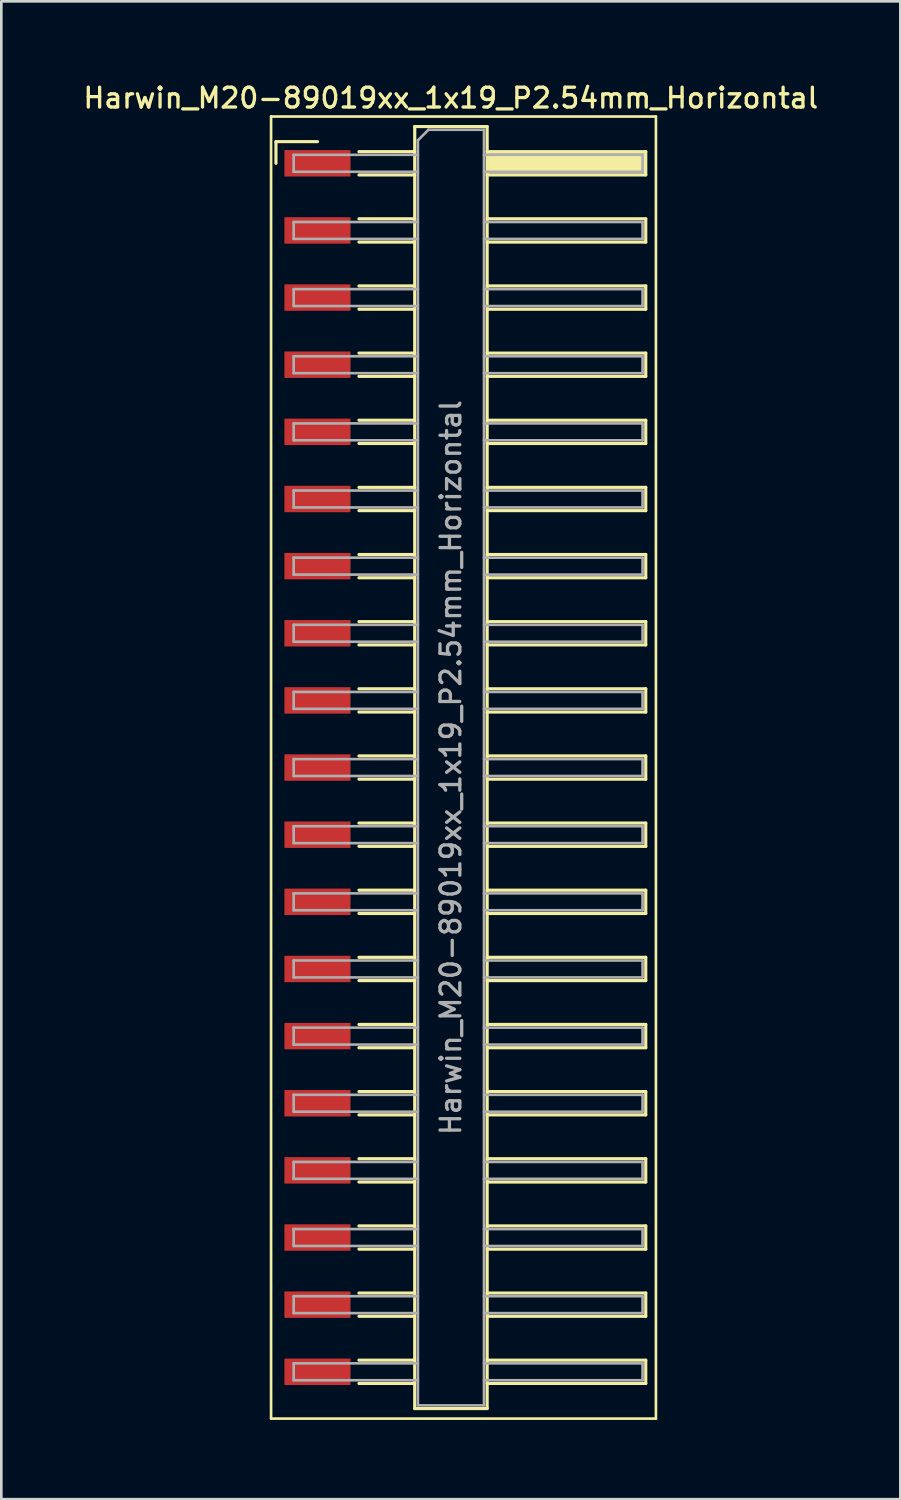
<source format=kicad_pcb>
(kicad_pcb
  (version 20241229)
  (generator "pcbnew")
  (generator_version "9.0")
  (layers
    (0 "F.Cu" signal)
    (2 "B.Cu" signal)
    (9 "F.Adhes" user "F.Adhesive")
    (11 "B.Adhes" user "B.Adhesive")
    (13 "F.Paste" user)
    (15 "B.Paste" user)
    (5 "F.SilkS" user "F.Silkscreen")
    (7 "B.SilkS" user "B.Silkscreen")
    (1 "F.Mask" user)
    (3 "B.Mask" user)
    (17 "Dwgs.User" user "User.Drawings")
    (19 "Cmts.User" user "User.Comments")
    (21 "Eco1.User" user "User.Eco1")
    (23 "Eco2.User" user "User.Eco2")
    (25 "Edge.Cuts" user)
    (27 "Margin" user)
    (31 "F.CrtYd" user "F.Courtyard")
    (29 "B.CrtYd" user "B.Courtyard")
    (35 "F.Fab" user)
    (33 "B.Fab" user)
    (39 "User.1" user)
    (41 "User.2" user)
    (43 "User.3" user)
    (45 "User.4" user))
  (footprint "Harwin_M20-89019xx_1x19_P2.54mm_Horizontal"
    (layer "F.Cu")
    (at 14.485 25.988)
    (property "Reference" "Harwin_M20-89019xx_1x19_P2.54mm_Horizontal" (at -0.48 -25.33 0) (layer "F.SilkS") (effects (font (size 0.75 0.75) (thickness 0.125))))
    (attr smd)
    (fp_line (start -7.28 -24.63) (end 7.28 -24.63) (stroke (width 0.1) (type solid)) (layer "F.SilkS"))
    (fp_line (start -7.28 24.63) (end -7.28 -24.63) (stroke (width 0.1) (type solid)) (layer "F.SilkS"))
    (fp_line (start -7.095 -23.68) (end -5.525 -23.68) (stroke (width 0.12) (type solid)) (layer "F.SilkS"))
    (fp_line (start -7.095 -22.86) (end -7.095 -23.68) (stroke (width 0.12) (type solid)) (layer "F.SilkS"))
    (fp_line (start -3.955 -23.3) (end -1.845 -23.3) (stroke (width 0.12) (type solid)) (layer "F.SilkS"))
    (fp_line (start -3.955 -22.42) (end -1.845 -22.42) (stroke (width 0.12) (type solid)) (layer "F.SilkS"))
    (fp_line (start -3.955 -20.76) (end -1.845 -20.76) (stroke (width 0.12) (type solid)) (layer "F.SilkS"))
    (fp_line (start -3.955 -19.88) (end -1.845 -19.88) (stroke (width 0.12) (type solid)) (layer "F.SilkS"))
    (fp_line (start -3.955 -18.22) (end -1.845 -18.22) (stroke (width 0.12) (type solid)) (layer "F.SilkS"))
    (fp_line (start -3.955 -17.34) (end -1.845 -17.34) (stroke (width 0.12) (type solid)) (layer "F.SilkS"))
    (fp_line (start -3.955 -15.68) (end -1.845 -15.68) (stroke (width 0.12) (type solid)) (layer "F.SilkS"))
    (fp_line (start -3.955 -14.8) (end -1.845 -14.8) (stroke (width 0.12) (type solid)) (layer "F.SilkS"))
    (fp_line (start -3.955 -13.14) (end -1.845 -13.14) (stroke (width 0.12) (type solid)) (layer "F.SilkS"))
    (fp_line (start -3.955 -12.26) (end -1.845 -12.26) (stroke (width 0.12) (type solid)) (layer "F.SilkS"))
    (fp_line (start -3.955 -10.6) (end -1.845 -10.6) (stroke (width 0.12) (type solid)) (layer "F.SilkS"))
    (fp_line (start -3.955 -9.72) (end -1.845 -9.72) (stroke (width 0.12) (type solid)) (layer "F.SilkS"))
    (fp_line (start -3.955 -8.06) (end -1.845 -8.06) (stroke (width 0.12) (type solid)) (layer "F.SilkS"))
    (fp_line (start -3.955 -7.18) (end -1.845 -7.18) (stroke (width 0.12) (type solid)) (layer "F.SilkS"))
    (fp_line (start -3.955 -5.52) (end -1.845 -5.52) (stroke (width 0.12) (type solid)) (layer "F.SilkS"))
    (fp_line (start -3.955 -4.64) (end -1.845 -4.64) (stroke (width 0.12) (type solid)) (layer "F.SilkS"))
    (fp_line (start -3.955 -2.98) (end -1.845 -2.98) (stroke (width 0.12) (type solid)) (layer "F.SilkS"))
    (fp_line (start -3.955 -2.1) (end -1.845 -2.1) (stroke (width 0.12) (type solid)) (layer "F.SilkS"))
    (fp_line (start -3.955 -0.44) (end -1.845 -0.44) (stroke (width 0.12) (type solid)) (layer "F.SilkS"))
    (fp_line (start -3.955 0.44) (end -1.845 0.44) (stroke (width 0.12) (type solid)) (layer "F.SilkS"))
    (fp_line (start -3.955 2.1) (end -1.845 2.1) (stroke (width 0.12) (type solid)) (layer "F.SilkS"))
    (fp_line (start -3.955 2.98) (end -1.845 2.98) (stroke (width 0.12) (type solid)) (layer "F.SilkS"))
    (fp_line (start -3.955 4.64) (end -1.845 4.64) (stroke (width 0.12) (type solid)) (layer "F.SilkS"))
    (fp_line (start -3.955 5.52) (end -1.845 5.52) (stroke (width 0.12) (type solid)) (layer "F.SilkS"))
    (fp_line (start -3.955 7.18) (end -1.845 7.18) (stroke (width 0.12) (type solid)) (layer "F.SilkS"))
    (fp_line (start -3.955 8.06) (end -1.845 8.06) (stroke (width 0.12) (type solid)) (layer "F.SilkS"))
    (fp_line (start -3.955 9.72) (end -1.845 9.72) (stroke (width 0.12) (type solid)) (layer "F.SilkS"))
    (fp_line (start -3.955 10.6) (end -1.845 10.6) (stroke (width 0.12) (type solid)) (layer "F.SilkS"))
    (fp_line (start -3.955 12.26) (end -1.845 12.26) (stroke (width 0.12) (type solid)) (layer "F.SilkS"))
    (fp_line (start -3.955 13.14) (end -1.845 13.14) (stroke (width 0.12) (type solid)) (layer "F.SilkS"))
    (fp_line (start -3.955 14.8) (end -1.845 14.8) (stroke (width 0.12) (type solid)) (layer "F.SilkS"))
    (fp_line (start -3.955 15.68) (end -1.845 15.68) (stroke (width 0.12) (type solid)) (layer "F.SilkS"))
    (fp_line (start -3.955 17.34) (end -1.845 17.34) (stroke (width 0.12) (type solid)) (layer "F.SilkS"))
    (fp_line (start -3.955 18.22) (end -1.845 18.22) (stroke (width 0.12) (type solid)) (layer "F.SilkS"))
    (fp_line (start -3.955 19.88) (end -1.845 19.88) (stroke (width 0.12) (type solid)) (layer "F.SilkS"))
    (fp_line (start -3.955 20.76) (end -1.845 20.76) (stroke (width 0.12) (type solid)) (layer "F.SilkS"))
    (fp_line (start -3.955 22.42) (end -1.845 22.42) (stroke (width 0.12) (type solid)) (layer "F.SilkS"))
    (fp_line (start -3.955 23.3) (end -1.845 23.3) (stroke (width 0.12) (type solid)) (layer "F.SilkS"))
    (fp_line (start -1.845 -24.25) (end 0.895 -24.25) (stroke (width 0.12) (type solid)) (layer "F.SilkS"))
    (fp_line (start -1.845 24.25) (end -1.845 -24.25) (stroke (width 0.12) (type solid)) (layer "F.SilkS"))
    (fp_line (start 0.895 -24.25) (end 0.895 24.25) (stroke (width 0.12) (type solid)) (layer "F.SilkS"))
    (fp_line (start 0.895 -23.3) (end 6.895 -23.3) (stroke (width 0.12) (type solid)) (layer "F.SilkS"))
    (fp_line (start 0.895 -20.76) (end 6.895 -20.76) (stroke (width 0.12) (type solid)) (layer "F.SilkS"))
    (fp_line (start 0.895 -18.22) (end 6.895 -18.22) (stroke (width 0.12) (type solid)) (layer "F.SilkS"))
    (fp_line (start 0.895 -15.68) (end 6.895 -15.68) (stroke (width 0.12) (type solid)) (layer "F.SilkS"))
    (fp_line (start 0.895 -13.14) (end 6.895 -13.14) (stroke (width 0.12) (type solid)) (layer "F.SilkS"))
    (fp_line (start 0.895 -10.6) (end 6.895 -10.6) (stroke (width 0.12) (type solid)) (layer "F.SilkS"))
    (fp_line (start 0.895 -8.06) (end 6.895 -8.06) (stroke (width 0.12) (type solid)) (layer "F.SilkS"))
    (fp_line (start 0.895 -5.52) (end 6.895 -5.52) (stroke (width 0.12) (type solid)) (layer "F.SilkS"))
    (fp_line (start 0.895 -2.98) (end 6.895 -2.98) (stroke (width 0.12) (type solid)) (layer "F.SilkS"))
    (fp_line (start 0.895 -0.44) (end 6.895 -0.44) (stroke (width 0.12) (type solid)) (layer "F.SilkS"))
    (fp_line (start 0.895 2.1) (end 6.895 2.1) (stroke (width 0.12) (type solid)) (layer "F.SilkS"))
    (fp_line (start 0.895 4.64) (end 6.895 4.64) (stroke (width 0.12) (type solid)) (layer "F.SilkS"))
    (fp_line (start 0.895 7.18) (end 6.895 7.18) (stroke (width 0.12) (type solid)) (layer "F.SilkS"))
    (fp_line (start 0.895 9.72) (end 6.895 9.72) (stroke (width 0.12) (type solid)) (layer "F.SilkS"))
    (fp_line (start 0.895 12.26) (end 6.895 12.26) (stroke (width 0.12) (type solid)) (layer "F.SilkS"))
    (fp_line (start 0.895 14.8) (end 6.895 14.8) (stroke (width 0.12) (type solid)) (layer "F.SilkS"))
    (fp_line (start 0.895 17.34) (end 6.895 17.34) (stroke (width 0.12) (type solid)) (layer "F.SilkS"))
    (fp_line (start 0.895 19.88) (end 6.895 19.88) (stroke (width 0.12) (type solid)) (layer "F.SilkS"))
    (fp_line (start 0.895 22.42) (end 6.895 22.42) (stroke (width 0.12) (type solid)) (layer "F.SilkS"))
    (fp_line (start 0.895 24.25) (end -1.845 24.25) (stroke (width 0.12) (type solid)) (layer "F.SilkS"))
    (fp_line (start 6.895 -23.3) (end 6.895 -22.42) (stroke (width 0.12) (type solid)) (layer "F.SilkS"))
    (fp_line (start 6.895 -22.42) (end 0.895 -22.42) (stroke (width 0.12) (type solid)) (layer "F.SilkS"))
    (fp_line (start 6.895 -20.76) (end 6.895 -19.88) (stroke (width 0.12) (type solid)) (layer "F.SilkS"))
    (fp_line (start 6.895 -19.88) (end 0.895 -19.88) (stroke (width 0.12) (type solid)) (layer "F.SilkS"))
    (fp_line (start 6.895 -18.22) (end 6.895 -17.34) (stroke (width 0.12) (type solid)) (layer "F.SilkS"))
    (fp_line (start 6.895 -17.34) (end 0.895 -17.34) (stroke (width 0.12) (type solid)) (layer "F.SilkS"))
    (fp_line (start 6.895 -15.68) (end 6.895 -14.8) (stroke (width 0.12) (type solid)) (layer "F.SilkS"))
    (fp_line (start 6.895 -14.8) (end 0.895 -14.8) (stroke (width 0.12) (type solid)) (layer "F.SilkS"))
    (fp_line (start 6.895 -13.14) (end 6.895 -12.26) (stroke (width 0.12) (type solid)) (layer "F.SilkS"))
    (fp_line (start 6.895 -12.26) (end 0.895 -12.26) (stroke (width 0.12) (type solid)) (layer "F.SilkS"))
    (fp_line (start 6.895 -10.6) (end 6.895 -9.72) (stroke (width 0.12) (type solid)) (layer "F.SilkS"))
    (fp_line (start 6.895 -9.72) (end 0.895 -9.72) (stroke (width 0.12) (type solid)) (layer "F.SilkS"))
    (fp_line (start 6.895 -8.06) (end 6.895 -7.18) (stroke (width 0.12) (type solid)) (layer "F.SilkS"))
    (fp_line (start 6.895 -7.18) (end 0.895 -7.18) (stroke (width 0.12) (type solid)) (layer "F.SilkS"))
    (fp_line (start 6.895 -5.52) (end 6.895 -4.64) (stroke (width 0.12) (type solid)) (layer "F.SilkS"))
    (fp_line (start 6.895 -4.64) (end 0.895 -4.64) (stroke (width 0.12) (type solid)) (layer "F.SilkS"))
    (fp_line (start 6.895 -2.98) (end 6.895 -2.1) (stroke (width 0.12) (type solid)) (layer "F.SilkS"))
    (fp_line (start 6.895 -2.1) (end 0.895 -2.1) (stroke (width 0.12) (type solid)) (layer "F.SilkS"))
    (fp_line (start 6.895 -0.44) (end 6.895 0.44) (stroke (width 0.12) (type solid)) (layer "F.SilkS"))
    (fp_line (start 6.895 0.44) (end 0.895 0.44) (stroke (width 0.12) (type solid)) (layer "F.SilkS"))
    (fp_line (start 6.895 2.1) (end 6.895 2.98) (stroke (width 0.12) (type solid)) (layer "F.SilkS"))
    (fp_line (start 6.895 2.98) (end 0.895 2.98) (stroke (width 0.12) (type solid)) (layer "F.SilkS"))
    (fp_line (start 6.895 4.64) (end 6.895 5.52) (stroke (width 0.12) (type solid)) (layer "F.SilkS"))
    (fp_line (start 6.895 5.52) (end 0.895 5.52) (stroke (width 0.12) (type solid)) (layer "F.SilkS"))
    (fp_line (start 6.895 7.18) (end 6.895 8.06) (stroke (width 0.12) (type solid)) (layer "F.SilkS"))
    (fp_line (start 6.895 8.06) (end 0.895 8.06) (stroke (width 0.12) (type solid)) (layer "F.SilkS"))
    (fp_line (start 6.895 9.72) (end 6.895 10.6) (stroke (width 0.12) (type solid)) (layer "F.SilkS"))
    (fp_line (start 6.895 10.6) (end 0.895 10.6) (stroke (width 0.12) (type solid)) (layer "F.SilkS"))
    (fp_line (start 6.895 12.26) (end 6.895 13.14) (stroke (width 0.12) (type solid)) (layer "F.SilkS"))
    (fp_line (start 6.895 13.14) (end 0.895 13.14) (stroke (width 0.12) (type solid)) (layer "F.SilkS"))
    (fp_line (start 6.895 14.8) (end 6.895 15.68) (stroke (width 0.12) (type solid)) (layer "F.SilkS"))
    (fp_line (start 6.895 15.68) (end 0.895 15.68) (stroke (width 0.12) (type solid)) (layer "F.SilkS"))
    (fp_line (start 6.895 17.34) (end 6.895 18.22) (stroke (width 0.12) (type solid)) (layer "F.SilkS"))
    (fp_line (start 6.895 18.22) (end 0.895 18.22) (stroke (width 0.12) (type solid)) (layer "F.SilkS"))
    (fp_line (start 6.895 19.88) (end 6.895 20.76) (stroke (width 0.12) (type solid)) (layer "F.SilkS"))
    (fp_line (start 6.895 20.76) (end 0.895 20.76) (stroke (width 0.12) (type solid)) (layer "F.SilkS"))
    (fp_line (start 6.895 22.42) (end 6.895 23.3) (stroke (width 0.12) (type solid)) (layer "F.SilkS"))
    (fp_line (start 6.895 23.3) (end 0.895 23.3) (stroke (width 0.12) (type solid)) (layer "F.SilkS"))
    (fp_line (start 7.28 -24.63) (end 7.28 24.63) (stroke (width 0.1) (type solid)) (layer "F.SilkS"))
    (fp_line (start 7.28 24.63) (end -7.28 24.63) (stroke (width 0.1) (type solid)) (layer "F.SilkS"))
    (fp_line (start -6.425 -23.18) (end -6.425 -22.54) (stroke (width 0.1) (type solid)) (layer "F.Fab"))
    (fp_line (start -6.425 -22.54) (end -1.725 -22.54) (stroke (width 0.1) (type solid)) (layer "F.Fab"))
    (fp_line (start -6.425 -20.64) (end -6.425 -20) (stroke (width 0.1) (type solid)) (layer "F.Fab"))
    (fp_line (start -6.425 -20) (end -1.725 -20) (stroke (width 0.1) (type solid)) (layer "F.Fab"))
    (fp_line (start -6.425 -18.1) (end -6.425 -17.46) (stroke (width 0.1) (type solid)) (layer "F.Fab"))
    (fp_line (start -6.425 -17.46) (end -1.725 -17.46) (stroke (width 0.1) (type solid)) (layer "F.Fab"))
    (fp_line (start -6.425 -15.56) (end -6.425 -14.92) (stroke (width 0.1) (type solid)) (layer "F.Fab"))
    (fp_line (start -6.425 -14.92) (end -1.725 -14.92) (stroke (width 0.1) (type solid)) (layer "F.Fab"))
    (fp_line (start -6.425 -13.02) (end -6.425 -12.38) (stroke (width 0.1) (type solid)) (layer "F.Fab"))
    (fp_line (start -6.425 -12.38) (end -1.725 -12.38) (stroke (width 0.1) (type solid)) (layer "F.Fab"))
    (fp_line (start -6.425 -10.48) (end -6.425 -9.84) (stroke (width 0.1) (type solid)) (layer "F.Fab"))
    (fp_line (start -6.425 -9.84) (end -1.725 -9.84) (stroke (width 0.1) (type solid)) (layer "F.Fab"))
    (fp_line (start -6.425 -7.94) (end -6.425 -7.3) (stroke (width 0.1) (type solid)) (layer "F.Fab"))
    (fp_line (start -6.425 -7.3) (end -1.725 -7.3) (stroke (width 0.1) (type solid)) (layer "F.Fab"))
    (fp_line (start -6.425 -5.4) (end -6.425 -4.76) (stroke (width 0.1) (type solid)) (layer "F.Fab"))
    (fp_line (start -6.425 -4.76) (end -1.725 -4.76) (stroke (width 0.1) (type solid)) (layer "F.Fab"))
    (fp_line (start -6.425 -2.86) (end -6.425 -2.22) (stroke (width 0.1) (type solid)) (layer "F.Fab"))
    (fp_line (start -6.425 -2.22) (end -1.725 -2.22) (stroke (width 0.1) (type solid)) (layer "F.Fab"))
    (fp_line (start -6.425 -0.32) (end -6.425 0.32) (stroke (width 0.1) (type solid)) (layer "F.Fab"))
    (fp_line (start -6.425 0.32) (end -1.725 0.32) (stroke (width 0.1) (type solid)) (layer "F.Fab"))
    (fp_line (start -6.425 2.22) (end -6.425 2.86) (stroke (width 0.1) (type solid)) (layer "F.Fab"))
    (fp_line (start -6.425 2.86) (end -1.725 2.86) (stroke (width 0.1) (type solid)) (layer "F.Fab"))
    (fp_line (start -6.425 4.76) (end -6.425 5.4) (stroke (width 0.1) (type solid)) (layer "F.Fab"))
    (fp_line (start -6.425 5.4) (end -1.725 5.4) (stroke (width 0.1) (type solid)) (layer "F.Fab"))
    (fp_line (start -6.425 7.3) (end -6.425 7.94) (stroke (width 0.1) (type solid)) (layer "F.Fab"))
    (fp_line (start -6.425 7.94) (end -1.725 7.94) (stroke (width 0.1) (type solid)) (layer "F.Fab"))
    (fp_line (start -6.425 9.84) (end -6.425 10.48) (stroke (width 0.1) (type solid)) (layer "F.Fab"))
    (fp_line (start -6.425 10.48) (end -1.725 10.48) (stroke (width 0.1) (type solid)) (layer "F.Fab"))
    (fp_line (start -6.425 12.38) (end -6.425 13.02) (stroke (width 0.1) (type solid)) (layer "F.Fab"))
    (fp_line (start -6.425 13.02) (end -1.725 13.02) (stroke (width 0.1) (type solid)) (layer "F.Fab"))
    (fp_line (start -6.425 14.92) (end -6.425 15.56) (stroke (width 0.1) (type solid)) (layer "F.Fab"))
    (fp_line (start -6.425 15.56) (end -1.725 15.56) (stroke (width 0.1) (type solid)) (layer "F.Fab"))
    (fp_line (start -6.425 17.46) (end -6.425 18.1) (stroke (width 0.1) (type solid)) (layer "F.Fab"))
    (fp_line (start -6.425 18.1) (end -1.725 18.1) (stroke (width 0.1) (type solid)) (layer "F.Fab"))
    (fp_line (start -6.425 20) (end -6.425 20.64) (stroke (width 0.1) (type solid)) (layer "F.Fab"))
    (fp_line (start -6.425 20.64) (end -1.725 20.64) (stroke (width 0.1) (type solid)) (layer "F.Fab"))
    (fp_line (start -6.425 22.54) (end -6.425 23.18) (stroke (width 0.1) (type solid)) (layer "F.Fab"))
    (fp_line (start -6.425 23.18) (end -1.725 23.18) (stroke (width 0.1) (type solid)) (layer "F.Fab"))
    (fp_line (start -1.725 -23.73) (end -1.325 -24.13) (stroke (width 0.1) (type solid)) (layer "F.Fab"))
    (fp_line (start -1.725 -23.18) (end -6.425 -23.18) (stroke (width 0.1) (type solid)) (layer "F.Fab"))
    (fp_line (start -1.725 -20.64) (end -6.425 -20.64) (stroke (width 0.1) (type solid)) (layer "F.Fab"))
    (fp_line (start -1.725 -18.1) (end -6.425 -18.1) (stroke (width 0.1) (type solid)) (layer "F.Fab"))
    (fp_line (start -1.725 -15.56) (end -6.425 -15.56) (stroke (width 0.1) (type solid)) (layer "F.Fab"))
    (fp_line (start -1.725 -13.02) (end -6.425 -13.02) (stroke (width 0.1) (type solid)) (layer "F.Fab"))
    (fp_line (start -1.725 -10.48) (end -6.425 -10.48) (stroke (width 0.1) (type solid)) (layer "F.Fab"))
    (fp_line (start -1.725 -7.94) (end -6.425 -7.94) (stroke (width 0.1) (type solid)) (layer "F.Fab"))
    (fp_line (start -1.725 -5.4) (end -6.425 -5.4) (stroke (width 0.1) (type solid)) (layer "F.Fab"))
    (fp_line (start -1.725 -2.86) (end -6.425 -2.86) (stroke (width 0.1) (type solid)) (layer "F.Fab"))
    (fp_line (start -1.725 -0.32) (end -6.425 -0.32) (stroke (width 0.1) (type solid)) (layer "F.Fab"))
    (fp_line (start -1.725 2.22) (end -6.425 2.22) (stroke (width 0.1) (type solid)) (layer "F.Fab"))
    (fp_line (start -1.725 4.76) (end -6.425 4.76) (stroke (width 0.1) (type solid)) (layer "F.Fab"))
    (fp_line (start -1.725 7.3) (end -6.425 7.3) (stroke (width 0.1) (type solid)) (layer "F.Fab"))
    (fp_line (start -1.725 9.84) (end -6.425 9.84) (stroke (width 0.1) (type solid)) (layer "F.Fab"))
    (fp_line (start -1.725 12.38) (end -6.425 12.38) (stroke (width 0.1) (type solid)) (layer "F.Fab"))
    (fp_line (start -1.725 14.92) (end -6.425 14.92) (stroke (width 0.1) (type solid)) (layer "F.Fab"))
    (fp_line (start -1.725 17.46) (end -6.425 17.46) (stroke (width 0.1) (type solid)) (layer "F.Fab"))
    (fp_line (start -1.725 20) (end -6.425 20) (stroke (width 0.1) (type solid)) (layer "F.Fab"))
    (fp_line (start -1.725 22.54) (end -6.425 22.54) (stroke (width 0.1) (type solid)) (layer "F.Fab"))
    (fp_line (start -1.725 24.13) (end -1.725 -23.73) (stroke (width 0.1) (type solid)) (layer "F.Fab"))
    (fp_line (start -1.325 -24.13) (end 0.775 -24.13) (stroke (width 0.1) (type solid)) (layer "F.Fab"))
    (fp_line (start 0.775 -24.13) (end 0.775 24.13) (stroke (width 0.1) (type solid)) (layer "F.Fab"))
    (fp_line (start 0.775 -23.18) (end 6.775 -23.18) (stroke (width 0.1) (type solid)) (layer "F.Fab"))
    (fp_line (start 0.775 -20.64) (end 6.775 -20.64) (stroke (width 0.1) (type solid)) (layer "F.Fab"))
    (fp_line (start 0.775 -18.1) (end 6.775 -18.1) (stroke (width 0.1) (type solid)) (layer "F.Fab"))
    (fp_line (start 0.775 -15.56) (end 6.775 -15.56) (stroke (width 0.1) (type solid)) (layer "F.Fab"))
    (fp_line (start 0.775 -13.02) (end 6.775 -13.02) (stroke (width 0.1) (type solid)) (layer "F.Fab"))
    (fp_line (start 0.775 -10.48) (end 6.775 -10.48) (stroke (width 0.1) (type solid)) (layer "F.Fab"))
    (fp_line (start 0.775 -7.94) (end 6.775 -7.94) (stroke (width 0.1) (type solid)) (layer "F.Fab"))
    (fp_line (start 0.775 -5.4) (end 6.775 -5.4) (stroke (width 0.1) (type solid)) (layer "F.Fab"))
    (fp_line (start 0.775 -2.86) (end 6.775 -2.86) (stroke (width 0.1) (type solid)) (layer "F.Fab"))
    (fp_line (start 0.775 -0.32) (end 6.775 -0.32) (stroke (width 0.1) (type solid)) (layer "F.Fab"))
    (fp_line (start 0.775 2.22) (end 6.775 2.22) (stroke (width 0.1) (type solid)) (layer "F.Fab"))
    (fp_line (start 0.775 4.76) (end 6.775 4.76) (stroke (width 0.1) (type solid)) (layer "F.Fab"))
    (fp_line (start 0.775 7.3) (end 6.775 7.3) (stroke (width 0.1) (type solid)) (layer "F.Fab"))
    (fp_line (start 0.775 9.84) (end 6.775 9.84) (stroke (width 0.1) (type solid)) (layer "F.Fab"))
    (fp_line (start 0.775 12.38) (end 6.775 12.38) (stroke (width 0.1) (type solid)) (layer "F.Fab"))
    (fp_line (start 0.775 14.92) (end 6.775 14.92) (stroke (width 0.1) (type solid)) (layer "F.Fab"))
    (fp_line (start 0.775 17.46) (end 6.775 17.46) (stroke (width 0.1) (type solid)) (layer "F.Fab"))
    (fp_line (start 0.775 20) (end 6.775 20) (stroke (width 0.1) (type solid)) (layer "F.Fab"))
    (fp_line (start 0.775 22.54) (end 6.775 22.54) (stroke (width 0.1) (type solid)) (layer "F.Fab"))
    (fp_line (start 0.775 24.13) (end -1.725 24.13) (stroke (width 0.1) (type solid)) (layer "F.Fab"))
    (fp_line (start 6.775 -23.18) (end 6.775 -22.54) (stroke (width 0.1) (type solid)) (layer "F.Fab"))
    (fp_line (start 6.775 -22.54) (end 0.775 -22.54) (stroke (width 0.1) (type solid)) (layer "F.Fab"))
    (fp_line (start 6.775 -20.64) (end 6.775 -20) (stroke (width 0.1) (type solid)) (layer "F.Fab"))
    (fp_line (start 6.775 -20) (end 0.775 -20) (stroke (width 0.1) (type solid)) (layer "F.Fab"))
    (fp_line (start 6.775 -18.1) (end 6.775 -17.46) (stroke (width 0.1) (type solid)) (layer "F.Fab"))
    (fp_line (start 6.775 -17.46) (end 0.775 -17.46) (stroke (width 0.1) (type solid)) (layer "F.Fab"))
    (fp_line (start 6.775 -15.56) (end 6.775 -14.92) (stroke (width 0.1) (type solid)) (layer "F.Fab"))
    (fp_line (start 6.775 -14.92) (end 0.775 -14.92) (stroke (width 0.1) (type solid)) (layer "F.Fab"))
    (fp_line (start 6.775 -13.02) (end 6.775 -12.38) (stroke (width 0.1) (type solid)) (layer "F.Fab"))
    (fp_line (start 6.775 -12.38) (end 0.775 -12.38) (stroke (width 0.1) (type solid)) (layer "F.Fab"))
    (fp_line (start 6.775 -10.48) (end 6.775 -9.84) (stroke (width 0.1) (type solid)) (layer "F.Fab"))
    (fp_line (start 6.775 -9.84) (end 0.775 -9.84) (stroke (width 0.1) (type solid)) (layer "F.Fab"))
    (fp_line (start 6.775 -7.94) (end 6.775 -7.3) (stroke (width 0.1) (type solid)) (layer "F.Fab"))
    (fp_line (start 6.775 -7.3) (end 0.775 -7.3) (stroke (width 0.1) (type solid)) (layer "F.Fab"))
    (fp_line (start 6.775 -5.4) (end 6.775 -4.76) (stroke (width 0.1) (type solid)) (layer "F.Fab"))
    (fp_line (start 6.775 -4.76) (end 0.775 -4.76) (stroke (width 0.1) (type solid)) (layer "F.Fab"))
    (fp_line (start 6.775 -2.86) (end 6.775 -2.22) (stroke (width 0.1) (type solid)) (layer "F.Fab"))
    (fp_line (start 6.775 -2.22) (end 0.775 -2.22) (stroke (width 0.1) (type solid)) (layer "F.Fab"))
    (fp_line (start 6.775 -0.32) (end 6.775 0.32) (stroke (width 0.1) (type solid)) (layer "F.Fab"))
    (fp_line (start 6.775 0.32) (end 0.775 0.32) (stroke (width 0.1) (type solid)) (layer "F.Fab"))
    (fp_line (start 6.775 2.22) (end 6.775 2.86) (stroke (width 0.1) (type solid)) (layer "F.Fab"))
    (fp_line (start 6.775 2.86) (end 0.775 2.86) (stroke (width 0.1) (type solid)) (layer "F.Fab"))
    (fp_line (start 6.775 4.76) (end 6.775 5.4) (stroke (width 0.1) (type solid)) (layer "F.Fab"))
    (fp_line (start 6.775 5.4) (end 0.775 5.4) (stroke (width 0.1) (type solid)) (layer "F.Fab"))
    (fp_line (start 6.775 7.3) (end 6.775 7.94) (stroke (width 0.1) (type solid)) (layer "F.Fab"))
    (fp_line (start 6.775 7.94) (end 0.775 7.94) (stroke (width 0.1) (type solid)) (layer "F.Fab"))
    (fp_line (start 6.775 9.84) (end 6.775 10.48) (stroke (width 0.1) (type solid)) (layer "F.Fab"))
    (fp_line (start 6.775 10.48) (end 0.775 10.48) (stroke (width 0.1) (type solid)) (layer "F.Fab"))
    (fp_line (start 6.775 12.38) (end 6.775 13.02) (stroke (width 0.1) (type solid)) (layer "F.Fab"))
    (fp_line (start 6.775 13.02) (end 0.775 13.02) (stroke (width 0.1) (type solid)) (layer "F.Fab"))
    (fp_line (start 6.775 14.92) (end 6.775 15.56) (stroke (width 0.1) (type solid)) (layer "F.Fab"))
    (fp_line (start 6.775 15.56) (end 0.775 15.56) (stroke (width 0.1) (type solid)) (layer "F.Fab"))
    (fp_line (start 6.775 17.46) (end 6.775 18.1) (stroke (width 0.1) (type solid)) (layer "F.Fab"))
    (fp_line (start 6.775 18.1) (end 0.775 18.1) (stroke (width 0.1) (type solid)) (layer "F.Fab"))
    (fp_line (start 6.775 20) (end 6.775 20.64) (stroke (width 0.1) (type solid)) (layer "F.Fab"))
    (fp_line (start 6.775 20.64) (end 0.775 20.64) (stroke (width 0.1) (type solid)) (layer "F.Fab"))
    (fp_line (start 6.775 22.54) (end 6.775 23.18) (stroke (width 0.1) (type solid)) (layer "F.Fab"))
    (fp_line (start 6.775 23.18) (end 0.775 23.18) (stroke (width 0.1) (type solid)) (layer "F.Fab"))
    (fp_text user "${REFERENCE}" (at -0.48 0 90) (layer "F.Fab") (effects (font (size 0.75 0.75) (thickness 0.125))))
    (pad "" smd rect (at 3.895 -22.86) (size 6 0.76) (layers "F.SilkS"))
    (pad "1" smd rect (at -5.525 -22.86) (size 2.5 1) (layers "F.Cu" "F.Mask" "F.Paste"))
    (pad "2" smd rect (at -5.525 -20.32) (size 2.5 1) (layers "F.Cu" "F.Mask" "F.Paste"))
    (pad "3" smd rect (at -5.525 -17.78) (size 2.5 1) (layers "F.Cu" "F.Mask" "F.Paste"))
    (pad "4" smd rect (at -5.525 -15.24) (size 2.5 1) (layers "F.Cu" "F.Mask" "F.Paste"))
    (pad "5" smd rect (at -5.525 -12.7) (size 2.5 1) (layers "F.Cu" "F.Mask" "F.Paste"))
    (pad "6" smd rect (at -5.525 -10.16) (size 2.5 1) (layers "F.Cu" "F.Mask" "F.Paste"))
    (pad "7" smd rect (at -5.525 -7.62) (size 2.5 1) (layers "F.Cu" "F.Mask" "F.Paste"))
    (pad "8" smd rect (at -5.525 -5.08) (size 2.5 1) (layers "F.Cu" "F.Mask" "F.Paste"))
    (pad "9" smd rect (at -5.525 -2.54) (size 2.5 1) (layers "F.Cu" "F.Mask" "F.Paste"))
    (pad "10" smd rect (at -5.525 0) (size 2.5 1) (layers "F.Cu" "F.Mask" "F.Paste"))
    (pad "11" smd rect (at -5.525 2.54) (size 2.5 1) (layers "F.Cu" "F.Mask" "F.Paste"))
    (pad "12" smd rect (at -5.525 5.08) (size 2.5 1) (layers "F.Cu" "F.Mask" "F.Paste"))
    (pad "13" smd rect (at -5.525 7.62) (size 2.5 1) (layers "F.Cu" "F.Mask" "F.Paste"))
    (pad "14" smd rect (at -5.525 10.16) (size 2.5 1) (layers "F.Cu" "F.Mask" "F.Paste"))
    (pad "15" smd rect (at -5.525 12.7) (size 2.5 1) (layers "F.Cu" "F.Mask" "F.Paste"))
    (pad "16" smd rect (at -5.525 15.24) (size 2.5 1) (layers "F.Cu" "F.Mask" "F.Paste"))
    (pad "17" smd rect (at -5.525 17.78) (size 2.5 1) (layers "F.Cu" "F.Mask" "F.Paste"))
    (pad "18" smd rect (at -5.525 20.32) (size 2.5 1) (layers "F.Cu" "F.Mask" "F.Paste"))
    (pad "19" smd rect (at -5.525 22.86) (size 2.5 1) (layers "F.Cu" "F.Mask" "F.Paste")))
  (gr_rect
    (start -3 -3)
    (end 31.011 53.668)
    (stroke (width 0.1) (type default))
    (fill no)
    (layer "Edge.Cuts")))
</source>
